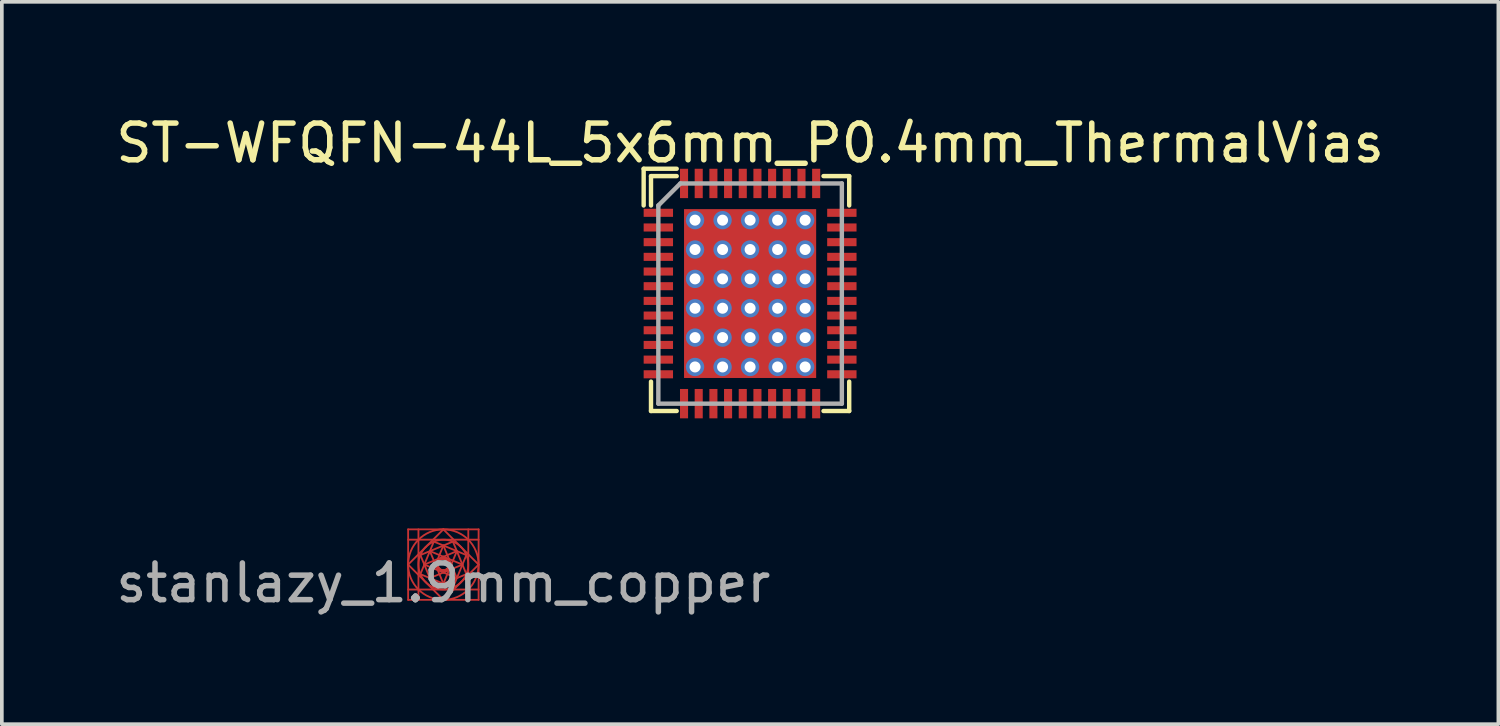
<source format=kicad_pcb>
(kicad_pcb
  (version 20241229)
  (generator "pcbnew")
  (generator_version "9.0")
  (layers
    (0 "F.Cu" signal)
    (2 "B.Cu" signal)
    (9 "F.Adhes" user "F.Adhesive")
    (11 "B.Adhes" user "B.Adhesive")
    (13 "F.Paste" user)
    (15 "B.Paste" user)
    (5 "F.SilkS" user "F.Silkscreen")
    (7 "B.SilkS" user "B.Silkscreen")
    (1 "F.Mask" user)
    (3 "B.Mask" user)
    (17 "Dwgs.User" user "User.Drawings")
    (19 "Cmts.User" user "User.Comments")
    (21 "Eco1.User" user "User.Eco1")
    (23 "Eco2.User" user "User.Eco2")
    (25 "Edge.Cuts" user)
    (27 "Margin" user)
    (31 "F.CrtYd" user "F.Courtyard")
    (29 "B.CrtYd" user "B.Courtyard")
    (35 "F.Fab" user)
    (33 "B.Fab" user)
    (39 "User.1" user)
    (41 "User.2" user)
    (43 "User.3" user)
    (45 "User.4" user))
  (footprint "stanlazy_1.9mm_copper"
    (layer "F.Cu")
    (at 9.03 12.333)
    (property "Reference" "stanlazy_1.9mm_copper" (at 0 0.5 0) (layer "F.Fab") (effects (font (size 1 1) (thickness 0.15))))
    (attr board_only exclude_from_pos_files exclude_from_bom)
    (fp_line (start -0.96 0) (end 0 -0.96) (stroke (width 0.05) (type solid)) (layer "F.Cu"))
    (fp_line (start -0.96 -0.96) (end 0.96 -0.96) (stroke (width 0.05) (type solid)) (layer "F.Cu"))
    (fp_line (start -0.96 -0.679) (end -0.679 -0.679) (stroke (width 0.05) (type solid)) (layer "F.Cu"))
    (fp_line (start -0.96 0.679) (end -0.679 0.679) (stroke (width 0.05) (type solid)) (layer "F.Cu"))
    (fp_line (start -0.96 0.96) (end -0.96 -0.96) (stroke (width 0.05) (type solid)) (layer "F.Cu"))
    (fp_line (start -0.679 -0.96) (end -0.679 -0.679) (stroke (width 0.05) (type solid)) (layer "F.Cu"))
    (fp_line (start -0.679 -0.679) (end 0.679 -0.679) (stroke (width 0.05) (type solid)) (layer "F.Cu"))
    (fp_line (start -0.679 0.679) (end -0.679 -0.679) (stroke (width 0.05) (type solid)) (layer "F.Cu"))
    (fp_line (start -0.679 0.96) (end -0.679 0.679) (stroke (width 0.05) (type solid)) (layer "F.Cu"))
    (fp_line (start -0.627 -0.26) (end 0.26 -0.627) (stroke (width 0.05) (type solid)) (layer "F.Cu"))
    (fp_line (start -0.627 0.26) (end -0.26 -0.627) (stroke (width 0.05) (type solid)) (layer "F.Cu"))
    (fp_line (start -0.52 0) (end 0.367 -0.367) (stroke (width 0.05) (type solid)) (layer "F.Cu"))
    (fp_line (start -0.367 -0.367) (end 0 0.52) (stroke (width 0.05) (type solid)) (layer "F.Cu"))
    (fp_line (start -0.367 -0.367) (end 0.52 0) (stroke (width 0.05) (type solid)) (layer "F.Cu"))
    (fp_line (start -0.367 0.367) (end 0 -0.52) (stroke (width 0.05) (type solid)) (layer "F.Cu"))
    (fp_line (start -0.26 -0.627) (end 0.627 -0.26) (stroke (width 0.05) (type solid)) (layer "F.Cu"))
    (fp_line (start -0.26 0.627) (end -0.627 -0.26) (stroke (width 0.05) (type solid)) (layer "F.Cu"))
    (fp_line (start -0.215 0) (end -0.000001 -0.215) (stroke (width 0.05) (type solid)) (layer "F.Cu"))
    (fp_line (start -0.152 -0.152) (end 0.152 -0.152) (stroke (width 0.05) (type solid)) (layer "F.Cu"))
    (fp_line (start -0.152 0.152) (end -0.152 -0.152) (stroke (width 0.05) (type solid)) (layer "F.Cu"))
    (fp_line (start -0.000001 -0.215) (end 0.215 0.000001) (stroke (width 0.05) (type solid)) (layer "F.Cu"))
    (fp_line (start -0.000001 0.215) (end -0.215 0) (stroke (width 0.05) (type solid)) (layer "F.Cu"))
    (fp_line (start -0.000001 0.96) (end -0.96 0) (stroke (width 0.05) (type solid)) (layer "F.Cu"))
    (fp_line (start 0 -0.96) (end 0.96 0) (stroke (width 0.05) (type solid)) (layer "F.Cu"))
    (fp_line (start 0 -0.52) (end 0.367 0.367) (stroke (width 0.05) (type solid)) (layer "F.Cu"))
    (fp_line (start 0.152 -0.152) (end 0.152 0.152) (stroke (width 0.05) (type solid)) (layer "F.Cu"))
    (fp_line (start 0.152 0.152) (end -0.152 0.152) (stroke (width 0.05) (type solid)) (layer "F.Cu"))
    (fp_line (start 0.215 0.000001) (end -0.000001 0.215) (stroke (width 0.05) (type solid)) (layer "F.Cu"))
    (fp_line (start 0.26 -0.627) (end 0.627 0.26) (stroke (width 0.05) (type solid)) (layer "F.Cu"))
    (fp_line (start 0.26 0.627) (end -0.627 0.26) (stroke (width 0.05) (type solid)) (layer "F.Cu"))
    (fp_line (start 0.367 -0.367) (end 0 0.52) (stroke (width 0.05) (type solid)) (layer "F.Cu"))
    (fp_line (start 0.367 0.367) (end -0.52 0) (stroke (width 0.05) (type solid)) (layer "F.Cu"))
    (fp_line (start 0.52 0) (end -0.367 0.367) (stroke (width 0.05) (type solid)) (layer "F.Cu"))
    (fp_line (start 0.627 -0.26) (end 0.26 0.627) (stroke (width 0.05) (type solid)) (layer "F.Cu"))
    (fp_line (start 0.627 0.26) (end -0.26 0.627) (stroke (width 0.05) (type solid)) (layer "F.Cu"))
    (fp_line (start 0.679 -0.679) (end 0.679 -0.96) (stroke (width 0.05) (type solid)) (layer "F.Cu"))
    (fp_line (start 0.679 -0.679) (end 0.679 0.679) (stroke (width 0.05) (type solid)) (layer "F.Cu"))
    (fp_line (start 0.679 0.679) (end -0.679 0.679) (stroke (width 0.05) (type solid)) (layer "F.Cu"))
    (fp_line (start 0.679 0.96) (end 0.679 0.679) (stroke (width 0.05) (type solid)) (layer "F.Cu"))
    (fp_line (start 0.96 -0.96) (end 0.96 0.96) (stroke (width 0.05) (type solid)) (layer "F.Cu"))
    (fp_line (start 0.96 -0.679) (end 0.679 -0.679) (stroke (width 0.05) (type solid)) (layer "F.Cu"))
    (fp_line (start 0.96 0) (end -0.000001 0.96) (stroke (width 0.05) (type solid)) (layer "F.Cu"))
    (fp_line (start 0.96 0.679) (end 0.679 0.679) (stroke (width 0.05) (type solid)) (layer "F.Cu"))
    (fp_line (start 0.96 0.96) (end -0.96 0.96) (stroke (width 0.05) (type solid)) (layer "F.Cu"))
    (fp_curve (pts (xy -0.96 0) (xy -0.96 -0.53) (xy -0.53 -0.96) (xy 0 -0.96)) (stroke (width 0.05) (type solid)) (layer "F.Cu"))
    (fp_curve (pts (xy -0.48 -0.48) (xy -0.215 -0.745) (xy 0.215 -0.745) (xy 0.48 -0.48)) (stroke (width 0.05) (type solid)) (layer "F.Cu"))
    (fp_curve (pts (xy -0.48 0.48) (xy -0.745 0.215) (xy -0.745 -0.215) (xy -0.48 -0.48)) (stroke (width 0.05) (type solid)) (layer "F.Cu"))
    (fp_curve (pts (xy -0.152 0.000001) (xy -0.152 -0.084) (xy -0.084 -0.152) (xy -0.000001 -0.152)) (stroke (width 0.05) (type solid)) (layer "F.Cu"))
    (fp_curve (pts (xy -0.000001 -0.152) (xy 0.084 -0.152) (xy 0.152 -0.084) (xy 0.152 0.000001)) (stroke (width 0.05) (type solid)) (layer "F.Cu"))
    (fp_curve (pts (xy -0.000001 0.152) (xy -0.084 0.152) (xy -0.152 0.084) (xy -0.152 0.000001)) (stroke (width 0.05) (type solid)) (layer "F.Cu"))
    (fp_curve (pts (xy 0 -0.96) (xy 0.53 -0.96) (xy 0.96 -0.53) (xy 0.96 0)) (stroke (width 0.05) (type solid)) (layer "F.Cu"))
    (fp_curve (pts (xy 0 0.96) (xy -0.53 0.96) (xy -0.96 0.53) (xy -0.96 0)) (stroke (width 0.05) (type solid)) (layer "F.Cu"))
    (fp_curve (pts (xy 0.152 0.000001) (xy 0.152 0.084) (xy 0.084 0.152) (xy -0.000001 0.152)) (stroke (width 0.05) (type solid)) (layer "F.Cu"))
    (fp_curve (pts (xy 0.48 -0.48) (xy 0.745 -0.215) (xy 0.745 0.215) (xy 0.48 0.48)) (stroke (width 0.05) (type solid)) (layer "F.Cu"))
    (fp_curve (pts (xy 0.48 0.48) (xy 0.215 0.745) (xy -0.215 0.745) (xy -0.48 0.48)) (stroke (width 0.05) (type solid)) (layer "F.Cu"))
    (fp_curve (pts (xy 0.96 0) (xy 0.96 0.53) (xy 0.53 0.96) (xy 0 0.96)) (stroke (width 0.05) (type solid)) (layer "F.Cu")))
  (footprint "ST-WFQFN-44L_5x6mm_P0.4mm_ThermalVias"
    (layer "F.Cu")
    (at 17.387 4.948)
    (property "Reference" "ST-WFQFN-44L_5x6mm_P0.4mm_ThermalVias" (at 0 -4.1 0) (layer "F.SilkS") (effects (font (size 1 1) (thickness 0.15))))
    (attr smd)
    (fp_line (start -2.9 -2.4) (end -2.9 -3.4) (stroke (width 0.12) (type solid)) (layer "F.SilkS"))
    (fp_line (start -2.7 -3.2) (end -2.7 -2.4) (stroke (width 0.12) (type solid)) (layer "F.SilkS"))
    (fp_line (start -2.7 2.4) (end -2.7 3.2) (stroke (width 0.12) (type solid)) (layer "F.SilkS"))
    (fp_line (start -2.7 3.2) (end -2 3.2) (stroke (width 0.12) (type solid)) (layer "F.SilkS"))
    (fp_line (start -2 -3.4) (end -2.9 -3.4) (stroke (width 0.12) (type solid)) (layer "F.SilkS"))
    (fp_line (start -2 -3.2) (end -2.7 -3.2) (stroke (width 0.12) (type solid)) (layer "F.SilkS"))
    (fp_line (start 2 -3.2) (end 2.7 -3.2) (stroke (width 0.12) (type solid)) (layer "F.SilkS"))
    (fp_line (start 2 3.2) (end 2.7 3.2) (stroke (width 0.12) (type solid)) (layer "F.SilkS"))
    (fp_line (start 2.7 -3.2) (end 2.7 -2.4) (stroke (width 0.12) (type solid)) (layer "F.SilkS"))
    (fp_line (start 2.7 3.2) (end 2.7 2.4) (stroke (width 0.12) (type solid)) (layer "F.SilkS"))
    (fp_line (start -2.5 -2.4) (end -1.9 -3) (stroke (width 0.12) (type solid)) (layer "F.Fab"))
    (fp_line (start -2.5 3) (end -2.5 -2.4) (stroke (width 0.12) (type solid)) (layer "F.Fab"))
    (fp_line (start -1.9 -3) (end 2.5 -3) (stroke (width 0.12) (type solid)) (layer "F.Fab"))
    (fp_line (start 2.5 -3) (end 2.5 3) (stroke (width 0.12) (type solid)) (layer "F.Fab"))
    (fp_line (start 2.5 3) (end -2.5 3) (stroke (width 0.12) (type solid)) (layer "F.Fab"))
    (pad "" smd rect (at -1.25 -1.8) (size 1.1 1) (layers "F.Paste"))
    (pad "" smd rect (at -1.25 -0.6) (size 1.1 1) (layers "F.Paste"))
    (pad "" smd rect (at -1.25 0.6) (size 1.1 1) (layers "F.Paste"))
    (pad "" smd rect (at -1.25 1.8) (size 1.1 1) (layers "F.Paste"))
    (pad "" smd rect (at 0 -1.8) (size 1 1) (layers "F.Paste"))
    (pad "" smd rect (at 0 -0.6) (size 1 1) (layers "F.Paste"))
    (pad "" smd rect (at 0 0.6) (size 1 1) (layers "F.Paste"))
    (pad "" smd rect (at 0 1.8) (size 1 1) (layers "F.Paste"))
    (pad "" smd rect (at 1.25 -1.8) (size 1.1 1) (layers "F.Paste"))
    (pad "" smd rect (at 1.25 -0.6) (size 1.1 1) (layers "F.Paste"))
    (pad "" smd rect (at 1.25 0.6) (size 1.1 1) (layers "F.Paste"))
    (pad "" smd rect (at 1.25 1.8) (size 1.1 1) (layers "F.Paste"))
    (pad "1" smd rect (at -2.5 -2.2) (size 0.8 0.22) (layers "F.Cu" "F.Mask" "F.Paste"))
    (pad "2" smd rect (at -2.5 -1.8) (size 0.8 0.22) (layers "F.Cu" "F.Mask" "F.Paste"))
    (pad "3" smd rect (at -2.5 -1.4) (size 0.8 0.22) (layers "F.Cu" "F.Mask" "F.Paste"))
    (pad "4" smd rect (at -2.5 -1) (size 0.8 0.22) (layers "F.Cu" "F.Mask" "F.Paste"))
    (pad "5" smd rect (at -2.5 -0.6) (size 0.8 0.22) (layers "F.Cu" "F.Mask" "F.Paste"))
    (pad "6" smd rect (at -2.5 -0.2) (size 0.8 0.22) (layers "F.Cu" "F.Mask" "F.Paste"))
    (pad "7" smd rect (at -2.5 0.2) (size 0.8 0.22) (layers "F.Cu" "F.Mask" "F.Paste"))
    (pad "8" smd rect (at -2.5 0.6) (size 0.8 0.22) (layers "F.Cu" "F.Mask" "F.Paste"))
    (pad "9" smd rect (at -2.5 1) (size 0.8 0.22) (layers "F.Cu" "F.Mask" "F.Paste"))
    (pad "10" smd rect (at -2.5 1.4) (size 0.8 0.22) (layers "F.Cu" "F.Mask" "F.Paste"))
    (pad "11" smd rect (at -2.5 1.8) (size 0.8 0.22) (layers "F.Cu" "F.Mask" "F.Paste"))
    (pad "12" smd rect (at -2.5 2.2) (size 0.8 0.22) (layers "F.Cu" "F.Mask" "F.Paste"))
    (pad "13" smd rect (at -1.8 3 90) (size 0.8 0.22) (layers "F.Cu" "F.Mask" "F.Paste"))
    (pad "14" smd rect (at -1.4 3 90) (size 0.8 0.22) (layers "F.Cu" "F.Mask" "F.Paste"))
    (pad "15" smd rect (at -1 3 90) (size 0.8 0.22) (layers "F.Cu" "F.Mask" "F.Paste"))
    (pad "16" smd rect (at -0.6 3 90) (size 0.8 0.22) (layers "F.Cu" "F.Mask" "F.Paste"))
    (pad "17" smd rect (at -0.2 3 90) (size 0.8 0.22) (layers "F.Cu" "F.Mask" "F.Paste"))
    (pad "18" smd rect (at 0.2 3 90) (size 0.8 0.22) (layers "F.Cu" "F.Mask" "F.Paste"))
    (pad "19" smd rect (at 0.6 3 90) (size 0.8 0.22) (layers "F.Cu" "F.Mask" "F.Paste"))
    (pad "20" smd rect (at 1 3 90) (size 0.8 0.22) (layers "F.Cu" "F.Mask" "F.Paste"))
    (pad "21" smd rect (at 1.4 3 90) (size 0.8 0.22) (layers "F.Cu" "F.Mask" "F.Paste"))
    (pad "22" smd rect (at 1.8 3 90) (size 0.8 0.22) (layers "F.Cu" "F.Mask" "F.Paste"))
    (pad "23" smd rect (at 2.5 2.2 180) (size 0.8 0.22) (layers "F.Cu" "F.Mask" "F.Paste"))
    (pad "24" smd rect (at 2.5 1.8 180) (size 0.8 0.22) (layers "F.Cu" "F.Mask" "F.Paste"))
    (pad "25" smd rect (at 2.5 1.4 180) (size 0.8 0.22) (layers "F.Cu" "F.Mask" "F.Paste"))
    (pad "26" smd rect (at 2.5 1 180) (size 0.8 0.22) (layers "F.Cu" "F.Mask" "F.Paste"))
    (pad "27" smd rect (at 2.5 0.6 180) (size 0.8 0.22) (layers "F.Cu" "F.Mask" "F.Paste"))
    (pad "28" smd rect (at 2.5 0.2 180) (size 0.8 0.22) (layers "F.Cu" "F.Mask" "F.Paste"))
    (pad "29" smd rect (at 2.5 -0.2 180) (size 0.8 0.22) (layers "F.Cu" "F.Mask" "F.Paste"))
    (pad "30" smd rect (at 2.5 -0.6 180) (size 0.8 0.22) (layers "F.Cu" "F.Mask" "F.Paste"))
    (pad "31" smd rect (at 2.5 -1 180) (size 0.8 0.22) (layers "F.Cu" "F.Mask" "F.Paste"))
    (pad "32" smd rect (at 2.5 -1.4 180) (size 0.8 0.22) (layers "F.Cu" "F.Mask" "F.Paste"))
    (pad "33" smd rect (at 2.5 -1.8 180) (size 0.8 0.22) (layers "F.Cu" "F.Mask" "F.Paste"))
    (pad "34" smd rect (at 2.5 -2.2 180) (size 0.8 0.22) (layers "F.Cu" "F.Mask" "F.Paste"))
    (pad "35" smd rect (at 1.8 -3 270) (size 0.8 0.22) (layers "F.Cu" "F.Mask" "F.Paste"))
    (pad "36" smd rect (at 1.4 -3 270) (size 0.8 0.22) (layers "F.Cu" "F.Mask" "F.Paste"))
    (pad "37" smd rect (at 1 -3 270) (size 0.8 0.22) (layers "F.Cu" "F.Mask" "F.Paste"))
    (pad "38" smd rect (at 0.6 -3 270) (size 0.8 0.22) (layers "F.Cu" "F.Mask" "F.Paste"))
    (pad "39" smd rect (at 0.2 -3 270) (size 0.8 0.22) (layers "F.Cu" "F.Mask" "F.Paste"))
    (pad "40" smd rect (at -0.2 -3 270) (size 0.8 0.22) (layers "F.Cu" "F.Mask" "F.Paste"))
    (pad "41" smd rect (at -0.6 -3 270) (size 0.8 0.22) (layers "F.Cu" "F.Mask" "F.Paste"))
    (pad "42" smd rect (at -1 -3 270) (size 0.8 0.22) (layers "F.Cu" "F.Mask" "F.Paste"))
    (pad "43" smd rect (at -1.4 -3 270) (size 0.8 0.22) (layers "F.Cu" "F.Mask" "F.Paste"))
    (pad "44" smd rect (at -1.8 -3 270) (size 0.8 0.22) (layers "F.Cu" "F.Mask" "F.Paste"))
    (pad "45" thru_hole circle (at -1.5 -2) (size 0.5 0.5) (drill 0.3) (layers "*.Cu" "F.Mask"))
    (pad "45" thru_hole circle (at -1.5 -1.2) (size 0.5 0.5) (drill 0.3) (layers "*.Cu" "F.Mask"))
    (pad "45" thru_hole circle (at -1.5 -0.4) (size 0.5 0.5) (drill 0.3) (layers "*.Cu" "F.Mask"))
    (pad "45" thru_hole circle (at -1.5 0.4) (size 0.5 0.5) (drill 0.3) (layers "*.Cu" "F.Mask"))
    (pad "45" thru_hole circle (at -1.5 1.2) (size 0.5 0.5) (drill 0.3) (layers "*.Cu" "F.Mask"))
    (pad "45" thru_hole circle (at -1.5 2) (size 0.5 0.5) (drill 0.3) (layers "*.Cu" "F.Mask"))
    (pad "45" thru_hole circle (at -0.75 -2) (size 0.5 0.5) (drill 0.3) (layers "*.Cu" "F.Mask"))
    (pad "45" thru_hole circle (at -0.75 -1.2) (size 0.5 0.5) (drill 0.3) (layers "*.Cu" "F.Mask"))
    (pad "45" thru_hole circle (at -0.75 -0.4) (size 0.5 0.5) (drill 0.3) (layers "*.Cu" "F.Mask"))
    (pad "45" thru_hole circle (at -0.75 0.4) (size 0.5 0.5) (drill 0.3) (layers "*.Cu" "F.Mask"))
    (pad "45" thru_hole circle (at -0.75 1.2) (size 0.5 0.5) (drill 0.3) (layers "*.Cu" "F.Mask"))
    (pad "45" thru_hole circle (at -0.75 2) (size 0.5 0.5) (drill 0.3) (layers "*.Cu" "F.Mask"))
    (pad "45" thru_hole circle (at 0 -2) (size 0.5 0.5) (drill 0.3) (layers "*.Cu" "F.Mask"))
    (pad "45" thru_hole circle (at 0 -1.2) (size 0.5 0.5) (drill 0.3) (layers "*.Cu" "F.Mask"))
    (pad "45" thru_hole circle (at 0 -0.4) (size 0.5 0.5) (drill 0.3) (layers "*.Cu" "F.Mask"))
    (pad "45" smd rect (at 0 0) (size 3.6 4.6) (layers "F.Cu" "F.Mask"))
    (pad "45" thru_hole circle (at 0 0.4) (size 0.5 0.5) (drill 0.3) (layers "*.Cu" "F.Mask"))
    (pad "45" thru_hole circle (at 0 1.2) (size 0.5 0.5) (drill 0.3) (layers "*.Cu" "F.Mask"))
    (pad "45" thru_hole circle (at 0 2) (size 0.5 0.5) (drill 0.3) (layers "*.Cu" "F.Mask"))
    (pad "45" thru_hole circle (at 0.75 -2) (size 0.5 0.5) (drill 0.3) (layers "*.Cu" "F.Mask"))
    (pad "45" thru_hole circle (at 0.75 -1.2) (size 0.5 0.5) (drill 0.3) (layers "*.Cu" "F.Mask"))
    (pad "45" thru_hole circle (at 0.75 -0.4) (size 0.5 0.5) (drill 0.3) (layers "*.Cu" "F.Mask"))
    (pad "45" thru_hole circle (at 0.75 0.4) (size 0.5 0.5) (drill 0.3) (layers "*.Cu" "F.Mask"))
    (pad "45" thru_hole circle (at 0.75 1.2) (size 0.5 0.5) (drill 0.3) (layers "*.Cu" "F.Mask"))
    (pad "45" thru_hole circle (at 0.75 2) (size 0.5 0.5) (drill 0.3) (layers "*.Cu" "F.Mask"))
    (pad "45" thru_hole circle (at 1.5 -2) (size 0.5 0.5) (drill 0.3) (layers "*.Cu" "F.Mask"))
    (pad "45" thru_hole circle (at 1.5 -1.2) (size 0.5 0.5) (drill 0.3) (layers "*.Cu" "F.Mask"))
    (pad "45" thru_hole circle (at 1.5 -0.4) (size 0.5 0.5) (drill 0.3) (layers "*.Cu" "F.Mask"))
    (pad "45" thru_hole circle (at 1.5 0.4) (size 0.5 0.5) (drill 0.3) (layers "*.Cu" "F.Mask"))
    (pad "45" thru_hole circle (at 1.5 1.2) (size 0.5 0.5) (drill 0.3) (layers "*.Cu" "F.Mask"))
    (pad "45" thru_hole circle (at 1.5 2) (size 0.5 0.5) (drill 0.3) (layers "*.Cu" "F.Mask")))
  (gr_rect
    (start -3 -3)
    (end 37.774 16.681)
    (stroke (width 0.1) (type default))
    (fill no)
    (layer "Edge.Cuts")))
</source>
